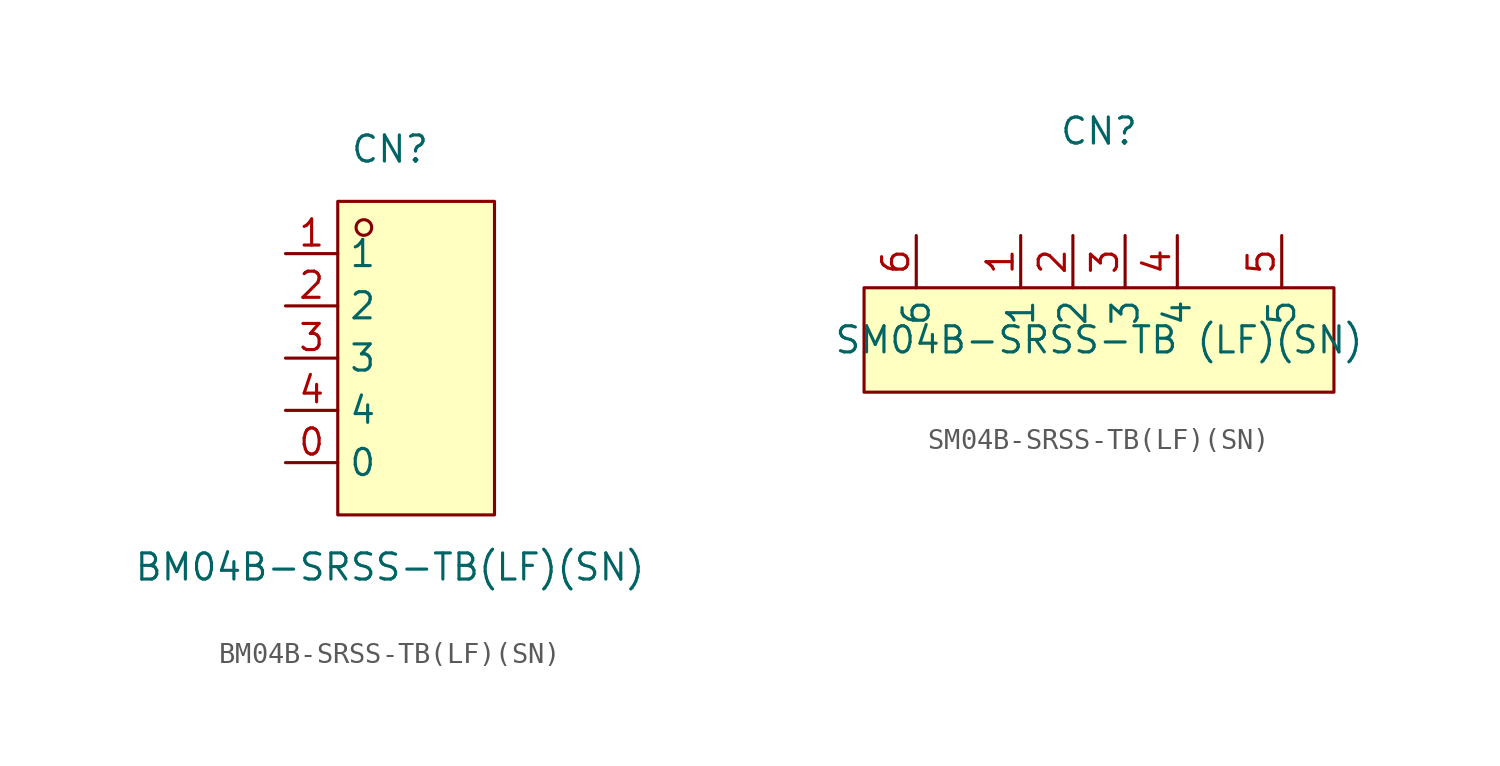
<source format=kicad_sym>
(kicad_symbol_lib
  (version 20241209)
  (generator "kicad_symbol_editor")
  (generator_version "9.0")
  (symbol "BM04B-SRSS-TB(LF)(SN)"
    (property "Reference" "CN"
      (at 0 10.16 0)
      (effects (font (size 1.27 1.27))))
    (property "Value" "BM04B-SRSS-TB(LF)(SN)"
      (at 0 -10.16 0)
      (effects (font (size 1.27 1.27))))
    (symbol "BM04B-SRSS-TB(LF)(SN)_0_1"
      (rectangle (start -2.54 7.62) (end 5.08 -7.62) (stroke (width 0) (type default)) (fill (type background)))
      (circle (center -1.27 6.35) (radius 0.38) (stroke (width 0) (type default)) (fill (type none)))
      (pin unspecified line (at -5.08 5.08 0) (length 2.54) (name "1" (effects (font (size 1.27 1.27)))) (number "1" (effects (font (size 1.27 1.27)))))
      (pin unspecified line (at -5.08 2.54 0) (length 2.54) (name "2" (effects (font (size 1.27 1.27)))) (number "2" (effects (font (size 1.27 1.27)))))
      (pin unspecified line (at -5.08 -0.00 0) (length 2.54) (name "3" (effects (font (size 1.27 1.27)))) (number "3" (effects (font (size 1.27 1.27)))))
      (pin unspecified line (at -5.08 -2.54 0) (length 2.54) (name "4" (effects (font (size 1.27 1.27)))) (number "4" (effects (font (size 1.27 1.27)))))
      (pin unspecified line (at -5.08 -5.08 0) (length 2.54) (name "0" (effects (font (size 1.27 1.27)))) (number "0" (effects (font (size 1.27 1.27)))))))
  (symbol "SM04B-SRSS-TB(LF)(SN)"
    (property "Reference" "CN"
      (at 0 8.89 0)
      (effects (font (size 1.27 1.27))))
    (property "Value" "SM04B-SRSS-TB (LF)(SN)"
      (at 0 -1.27 0)
      (effects (font (size 1.27 1.27))))
    (symbol "SM04B-SRSS-TB(LF)(SN)_0_1"
      (rectangle (start -11.43 1.27) (end 11.43 -3.81) (stroke (width 0) (type default)) (fill (type background)))
      (pin unspecified line (at -8.89 3.81 270) (length 2.54) (name "6" (effects (font (size 1.27 1.27)))) (number "6" (effects (font (size 1.27 1.27)))))
      (pin unspecified line (at -3.81 3.81 270) (length 2.54) (name "1" (effects (font (size 1.27 1.27)))) (number "1" (effects (font (size 1.27 1.27)))))
      (pin unspecified line (at -1.27 3.81 270) (length 2.54) (name "2" (effects (font (size 1.27 1.27)))) (number "2" (effects (font (size 1.27 1.27)))))
      (pin unspecified line (at 1.27 3.81 270) (length 2.54) (name "3" (effects (font (size 1.27 1.27)))) (number "3" (effects (font (size 1.27 1.27)))))
      (pin unspecified line (at 3.81 3.81 270) (length 2.54) (name "4" (effects (font (size 1.27 1.27)))) (number "4" (effects (font (size 1.27 1.27)))))
      (pin unspecified line (at 8.89 3.81 270) (length 2.54) (name "5" (effects (font (size 1.27 1.27)))) (number "5" (effects (font (size 1.27 1.27))))))))
</source>
